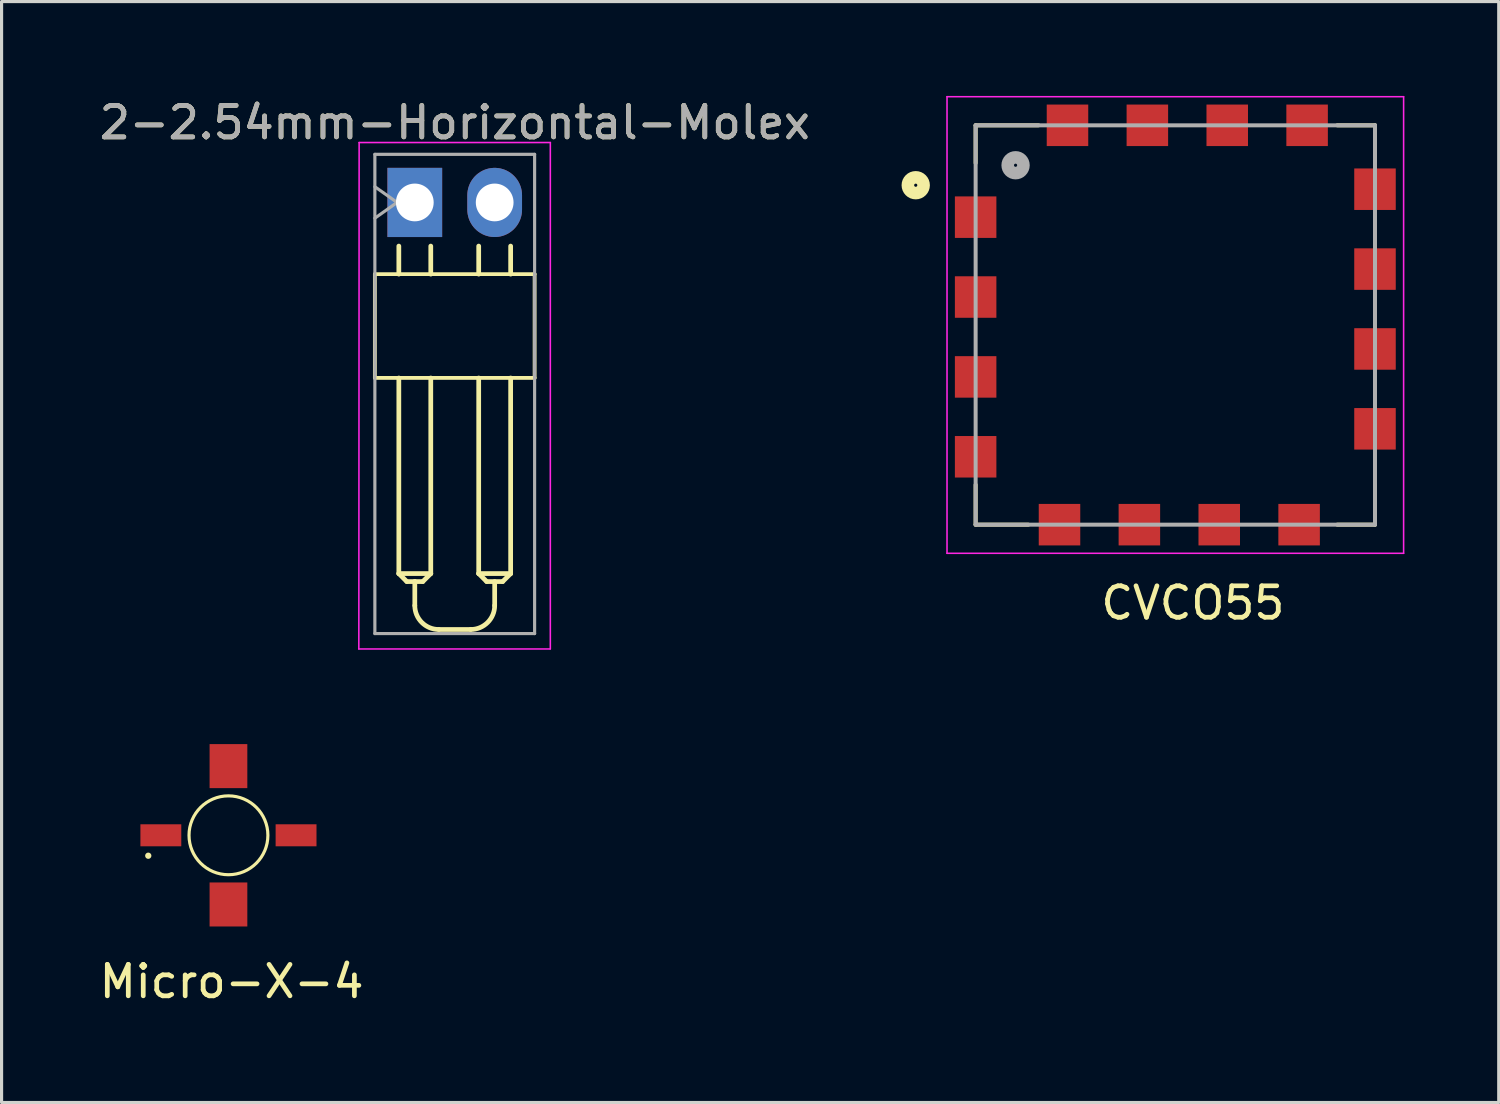
<source format=kicad_pcb>
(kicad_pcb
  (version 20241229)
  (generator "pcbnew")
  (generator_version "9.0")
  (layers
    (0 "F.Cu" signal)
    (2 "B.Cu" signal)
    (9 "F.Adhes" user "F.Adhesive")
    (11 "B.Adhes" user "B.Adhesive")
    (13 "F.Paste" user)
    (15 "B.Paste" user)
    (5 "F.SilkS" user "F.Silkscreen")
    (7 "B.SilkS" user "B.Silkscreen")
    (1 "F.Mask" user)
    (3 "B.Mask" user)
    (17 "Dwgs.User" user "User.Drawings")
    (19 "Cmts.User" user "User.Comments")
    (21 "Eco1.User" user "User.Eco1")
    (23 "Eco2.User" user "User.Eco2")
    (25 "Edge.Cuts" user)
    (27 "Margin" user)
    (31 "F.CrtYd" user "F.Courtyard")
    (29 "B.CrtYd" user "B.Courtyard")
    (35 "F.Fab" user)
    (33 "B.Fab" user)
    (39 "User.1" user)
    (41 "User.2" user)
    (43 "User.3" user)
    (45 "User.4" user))
  (footprint "CVCO55"
    (layer "F.Cu")
    (at 27.976 13.635)
    (property "Reference" "CVCO55" (at 6.909 2.489 0) (layer "F.SilkS") (effects (font (size 1 1) (thickness 0.15))))
    (attr through_hole)
    (fp_line (start 0 -12.7) (end 0 -11.5) (stroke (width 0.127) (type solid)) (layer "F.SilkS"))
    (fp_line (start 0 0) (end 0 -1.27) (stroke (width 0.127) (type solid)) (layer "F.SilkS"))
    (fp_line (start 1.676 0) (end 0 0) (stroke (width 0.127) (type solid)) (layer "F.SilkS"))
    (fp_line (start 2 -12.7) (end 0 -12.7) (stroke (width 0.127) (type solid)) (layer "F.SilkS"))
    (fp_line (start 11.5 -12.7) (end 12.7 -12.7) (stroke (width 0.127) (type solid)) (layer "F.SilkS"))
    (fp_line (start 11.5 0) (end 12.7 0) (stroke (width 0.127) (type solid)) (layer "F.SilkS"))
    (fp_line (start 12.7 -12.7) (end 12.7 -11.557) (stroke (width 0.127) (type solid)) (layer "F.SilkS"))
    (fp_line (start 12.7 0) (end 12.7 -1.27) (stroke (width 0.127) (type solid)) (layer "F.SilkS"))
    (fp_circle (center -1.905 -10.795) (end -1.855 -10.795) (stroke (width 0.4) (type solid)) (fill no) (layer "F.SilkS"))
    (fp_line (start -0.91 -13.61) (end 13.61 -13.61) (stroke (width 0.05) (type solid)) (layer "F.CrtYd"))
    (fp_line (start -0.91 0.91) (end -0.91 -13.61) (stroke (width 0.05) (type solid)) (layer "F.CrtYd"))
    (fp_line (start 13.61 -13.61) (end 13.61 0.91) (stroke (width 0.05) (type solid)) (layer "F.CrtYd"))
    (fp_line (start 13.61 0.91) (end -0.91 0.91) (stroke (width 0.05) (type solid)) (layer "F.CrtYd"))
    (fp_line (start 0 -12.7) (end 0 0) (stroke (width 0.127) (type solid)) (layer "F.Fab"))
    (fp_line (start 0 0) (end 12.7 0) (stroke (width 0.127) (type solid)) (layer "F.Fab"))
    (fp_line (start 12.7 -12.7) (end 0 -12.7) (stroke (width 0.127) (type solid)) (layer "F.Fab"))
    (fp_line (start 12.7 0) (end 12.7 -12.7) (stroke (width 0.127) (type solid)) (layer "F.Fab"))
    (fp_circle (center 1.27 -11.43) (end 1.32 -11.43) (stroke (width 0.4) (type solid)) (fill no) (layer "F.Fab"))
    (pad "1" smd rect (at 0 -9.779) (size 1.32 1.32) (layers "F.Cu" "F.Mask" "F.Paste"))
    (pad "2" smd rect (at 0 -7.239) (size 1.32 1.32) (layers "F.Cu" "F.Mask" "F.Paste"))
    (pad "3" smd rect (at 0 -4.699) (size 1.32 1.32) (layers "F.Cu" "F.Mask" "F.Paste"))
    (pad "4" smd rect (at 0 -2.159) (size 1.32 1.32) (layers "F.Cu" "F.Mask" "F.Paste"))
    (pad "5" smd rect (at 2.667 0) (size 1.32 1.32) (layers "F.Cu" "F.Mask" "F.Paste"))
    (pad "6" smd rect (at 5.207 0) (size 1.32 1.32) (layers "F.Cu" "F.Mask" "F.Paste"))
    (pad "7" smd rect (at 7.747 0) (size 1.32 1.32) (layers "F.Cu" "F.Mask" "F.Paste"))
    (pad "8" smd rect (at 10.287 0) (size 1.32 1.32) (layers "F.Cu" "F.Mask" "F.Paste"))
    (pad "9" smd rect (at 12.7 -3.048) (size 1.32 1.32) (layers "F.Cu" "F.Mask" "F.Paste"))
    (pad "10" smd rect (at 12.7 -5.588) (size 1.32 1.32) (layers "F.Cu" "F.Mask" "F.Paste"))
    (pad "11" smd rect (at 12.7 -8.128) (size 1.32 1.32) (layers "F.Cu" "F.Mask" "F.Paste"))
    (pad "12" smd rect (at 12.7 -10.668) (size 1.32 1.32) (layers "F.Cu" "F.Mask" "F.Paste"))
    (pad "13" smd rect (at 10.541 -12.7) (size 1.32 1.32) (layers "F.Cu" "F.Mask" "F.Paste"))
    (pad "14" smd rect (at 8.001 -12.7) (size 1.32 1.32) (layers "F.Cu" "F.Mask" "F.Paste"))
    (pad "15" smd rect (at 5.461 -12.7) (size 1.32 1.32) (layers "F.Cu" "F.Mask" "F.Paste"))
    (pad "16" smd rect (at 2.921 -12.7) (size 1.32 1.32) (layers "F.Cu" "F.Mask" "F.Paste")))
  (footprint "2-2.54mm-Horizontal-Molex"
    (layer "F.Cu")
    (at 10.141 3.388)
    (property "Reference" "2-2.54mm-Horizontal-Molex" (at 1.27 -2.54 0) (layer "F.SilkS") (effects (font (size 1 1) (thickness 0.15))))
    (attr through_hole)
    (fp_line (start -1.27 2.28) (end -1.27 5.58) (stroke (width 0.12) (type solid)) (layer "F.SilkS"))
    (fp_line (start -1.27 2.28) (end 3.81 2.28) (stroke (width 0.12) (type solid)) (layer "F.SilkS"))
    (fp_line (start -0.508 1.388) (end -0.508 2.28) (stroke (width 0.15) (type solid)) (layer "F.SilkS"))
    (fp_line (start -0.508 11.802) (end -0.508 5.582) (stroke (width 0.15) (type solid)) (layer "F.SilkS"))
    (fp_line (start -0.508 11.802) (end 0.508 11.802) (stroke (width 0.15) (type solid)) (layer "F.SilkS"))
    (fp_line (start -0.254 12.056) (end -0.508 11.802) (stroke (width 0.15) (type solid)) (layer "F.SilkS"))
    (fp_line (start 0 12.056) (end -0.254 12.056) (stroke (width 0.15) (type solid)) (layer "F.SilkS"))
    (fp_line (start 0 12.056) (end 0 12.818) (stroke (width 0.15) (type solid)) (layer "F.SilkS"))
    (fp_line (start 0.254 12.056) (end 0 12.056) (stroke (width 0.15) (type solid)) (layer "F.SilkS"))
    (fp_line (start 0.508 2.28) (end 0.508 1.388) (stroke (width 0.15) (type solid)) (layer "F.SilkS"))
    (fp_line (start 0.508 5.582) (end 0.508 11.802) (stroke (width 0.15) (type solid)) (layer "F.SilkS"))
    (fp_line (start 0.508 11.802) (end 0.254 12.056) (stroke (width 0.15) (type solid)) (layer "F.SilkS"))
    (fp_line (start 0.762 13.58) (end 1.778 13.58) (stroke (width 0.15) (type solid)) (layer "F.SilkS"))
    (fp_line (start 2.032 2.28) (end 2.032 1.388) (stroke (width 0.15) (type solid)) (layer "F.SilkS"))
    (fp_line (start 2.032 5.582) (end 2.032 11.802) (stroke (width 0.15) (type solid)) (layer "F.SilkS"))
    (fp_line (start 2.032 11.802) (end 2.286 12.056) (stroke (width 0.15) (type solid)) (layer "F.SilkS"))
    (fp_line (start 2.286 12.056) (end 2.794 12.056) (stroke (width 0.15) (type solid)) (layer "F.SilkS"))
    (fp_line (start 2.54 12.056) (end 2.54 12.818) (stroke (width 0.15) (type solid)) (layer "F.SilkS"))
    (fp_line (start 2.794 12.056) (end 3.048 11.802) (stroke (width 0.15) (type solid)) (layer "F.SilkS"))
    (fp_line (start 3.048 2.28) (end 3.048 1.388) (stroke (width 0.15) (type solid)) (layer "F.SilkS"))
    (fp_line (start 3.048 11.802) (end 2.032 11.802) (stroke (width 0.15) (type solid)) (layer "F.SilkS"))
    (fp_line (start 3.048 11.802) (end 3.048 5.582) (stroke (width 0.15) (type solid)) (layer "F.SilkS"))
    (fp_line (start 3.81 2.28) (end 3.81 5.58) (stroke (width 0.12) (type solid)) (layer "F.SilkS"))
    (fp_line (start 3.81 5.58) (end -1.27 5.58) (stroke (width 0.12) (type solid)) (layer "F.SilkS"))
    (fp_arc (start 0.762 13.58) (mid 0.223185 13.356815) (end 0 12.818) (stroke (width 0.15) (type solid)) (layer "F.SilkS"))
    (fp_arc (start 2.54 12.818) (mid 2.316815 13.356815) (end 1.778 13.58) (stroke (width 0.15) (type solid)) (layer "F.SilkS"))
    (fp_line (start -1.78 14.2) (end 4.3 14.2) (stroke (width 0.05) (type solid)) (layer "F.CrtYd"))
    (fp_line (start -1.77 -1.905) (end -1.78 14.2) (stroke (width 0.05) (type solid)) (layer "F.CrtYd"))
    (fp_line (start 4.31 -1.905) (end -1.77 -1.905) (stroke (width 0.05) (type solid)) (layer "F.CrtYd"))
    (fp_line (start 4.31 14.2) (end 4.31 -1.905) (stroke (width 0.05) (type solid)) (layer "F.CrtYd"))
    (fp_line (start -1.27 -1.53) (end -1.27 13.71) (stroke (width 0.1) (type solid)) (layer "F.Fab"))
    (fp_line (start -1.27 -0.5) (end -0.563 0) (stroke (width 0.1) (type solid)) (layer "F.Fab"))
    (fp_line (start -1.27 13.71) (end 3.81 13.71) (stroke (width 0.1) (type solid)) (layer "F.Fab"))
    (fp_line (start -0.563 0) (end -1.27 0.5) (stroke (width 0.1) (type solid)) (layer "F.Fab"))
    (fp_line (start 3.81 -1.53) (end -1.27 -1.53) (stroke (width 0.1) (type solid)) (layer "F.Fab"))
    (fp_line (start 3.81 13.71) (end 3.81 -1.53) (stroke (width 0.1) (type solid)) (layer "F.Fab"))
    (fp_text user "${REFERENCE}" (at 1.27 -2.54 0) (layer "F.Fab") (effects (font (size 1 1) (thickness 0.15))))
    (pad "1" thru_hole rect (at 0 0) (size 1.74 2.2) (drill 1.2) (layers "*.Cu" "*.Mask"))
    (pad "2" thru_hole oval (at 2.54 0) (size 1.74 2.2) (drill 1.2) (layers "*.Cu" "*.Mask")))
  (footprint "Micro-X-4"
    (layer "F.Cu")
    (at 4.215 23.513)
    (property "Reference" "Micro-X-4" (at 0.1 4.65 0) (layer "F.SilkS") (effects (font (size 1 1) (thickness 0.15))))
    (attr smd)
    (fp_circle (center -2.55 0.65) (end -2.5 0.65) (stroke (width 0.1) (type solid)) (fill no) (layer "F.SilkS"))
    (fp_circle (center 0 0) (end 1.254 0) (stroke (width 0.1) (type solid)) (fill no) (layer "F.SilkS"))
    (pad "1" smd trapezoid (at -2.15 0 180) (size 1.3 0.7) (layers "F.Cu" "F.Mask" "F.Paste"))
    (pad "2" smd trapezoid (at 0 2.2 180) (size 1.2 1.4) (layers "F.Cu" "F.Mask" "F.Paste"))
    (pad "3" smd trapezoid (at 2.15 0 180) (size 1.3 0.7) (layers "F.Cu" "F.Mask" "F.Paste"))
    (pad "4" smd trapezoid (at 0 -2.2 180) (size 1.2 1.4) (layers "F.Cu" "F.Mask" "F.Paste")))
  (gr_rect
    (start -3 -3)
    (end 44.611 32.011)
    (stroke (width 0.1) (type default))
    (fill no)
    (layer "Edge.Cuts")))
</source>
